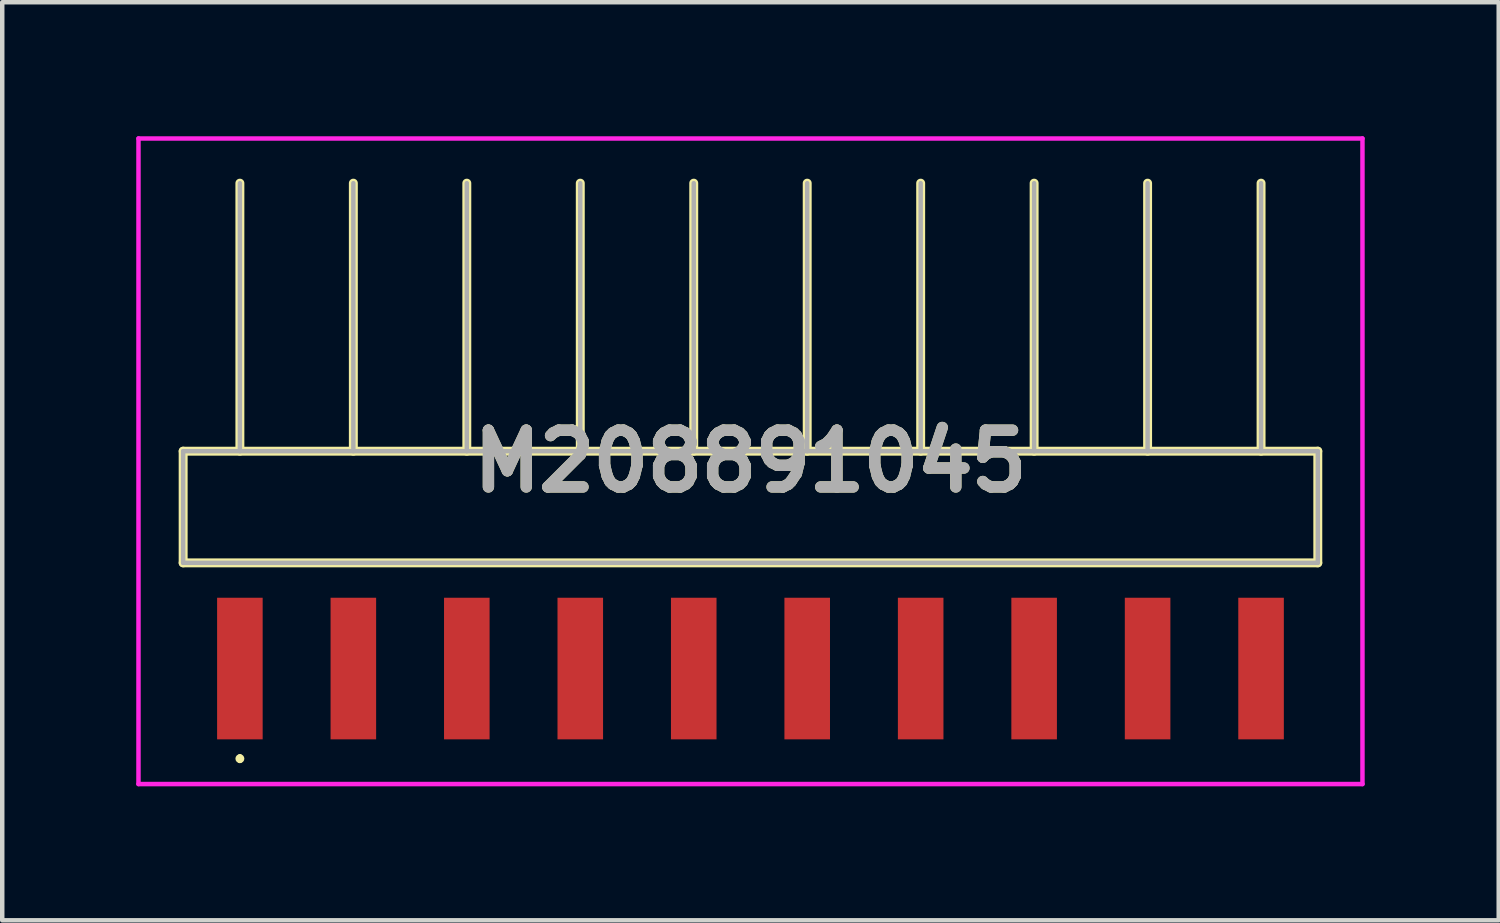
<source format=kicad_pcb>
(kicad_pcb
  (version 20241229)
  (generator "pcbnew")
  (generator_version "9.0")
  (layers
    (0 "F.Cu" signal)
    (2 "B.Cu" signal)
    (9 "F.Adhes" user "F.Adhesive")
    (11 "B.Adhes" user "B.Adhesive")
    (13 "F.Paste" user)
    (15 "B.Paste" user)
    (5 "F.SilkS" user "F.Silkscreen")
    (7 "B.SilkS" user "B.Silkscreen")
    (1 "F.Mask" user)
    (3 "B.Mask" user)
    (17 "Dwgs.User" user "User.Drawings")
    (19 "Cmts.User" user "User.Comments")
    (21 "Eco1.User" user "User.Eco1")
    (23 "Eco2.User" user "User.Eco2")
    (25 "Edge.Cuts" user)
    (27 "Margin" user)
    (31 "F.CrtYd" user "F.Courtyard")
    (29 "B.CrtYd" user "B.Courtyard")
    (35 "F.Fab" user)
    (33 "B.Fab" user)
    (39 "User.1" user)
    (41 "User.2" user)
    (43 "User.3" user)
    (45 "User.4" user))
  (footprint "M208891045"
    (layer "F.Cu")
    (at 13.75 7.276)
    (property "Reference" "M208891045" (at 0 0 0) (layer "F.SilkS") (effects (font (size 1.27 1.27) (thickness 0.254))))
    (attr smd)
    (fp_line (start -12.7 -0.226) (end -12.7 2.274) (stroke (width 0.2) (type solid)) (layer "F.SilkS"))
    (fp_line (start -12.7 2.274) (end 12.7 2.274) (stroke (width 0.2) (type solid)) (layer "F.SilkS"))
    (fp_line (start -11.43 -0.226) (end -11.43 -6.226) (stroke (width 0.2) (type solid)) (layer "F.SilkS"))
    (fp_line (start -11.43 6.607) (end -11.43 6.607) (stroke (width 0.1) (type solid)) (layer "F.SilkS"))
    (fp_line (start -11.43 6.707) (end -11.43 6.707) (stroke (width 0.1) (type solid)) (layer "F.SilkS"))
    (fp_line (start -8.89 -0.226) (end -8.89 -6.226) (stroke (width 0.2) (type solid)) (layer "F.SilkS"))
    (fp_line (start -6.35 -0.226) (end -6.35 -6.226) (stroke (width 0.2) (type solid)) (layer "F.SilkS"))
    (fp_line (start -3.81 -0.226) (end -3.81 -6.226) (stroke (width 0.2) (type solid)) (layer "F.SilkS"))
    (fp_line (start -1.27 -0.226) (end -1.27 -6.226) (stroke (width 0.2) (type solid)) (layer "F.SilkS"))
    (fp_line (start 1.27 -0.226) (end 1.27 -6.226) (stroke (width 0.2) (type solid)) (layer "F.SilkS"))
    (fp_line (start 3.81 -0.226) (end 3.81 -6.226) (stroke (width 0.2) (type solid)) (layer "F.SilkS"))
    (fp_line (start 6.35 -0.226) (end 6.35 -6.226) (stroke (width 0.2) (type solid)) (layer "F.SilkS"))
    (fp_line (start 8.89 -0.226) (end 8.89 -6.226) (stroke (width 0.2) (type solid)) (layer "F.SilkS"))
    (fp_line (start 11.43 -0.226) (end 11.43 -6.226) (stroke (width 0.2) (type solid)) (layer "F.SilkS"))
    (fp_line (start 12.7 -0.226) (end -12.7 -0.226) (stroke (width 0.2) (type solid)) (layer "F.SilkS"))
    (fp_line (start 12.7 2.274) (end 12.7 -0.226) (stroke (width 0.2) (type solid)) (layer "F.SilkS"))
    (fp_arc (start -11.43 6.607) (mid -11.38 6.657) (end -11.43 6.707) (stroke (width 0.1) (type solid)) (layer "F.SilkS"))
    (fp_arc (start -11.43 6.707) (mid -11.48 6.657) (end -11.43 6.607) (stroke (width 0.1) (type solid)) (layer "F.SilkS"))
    (fp_line (start -13.7 -7.226) (end 13.7 -7.226) (stroke (width 0.1) (type solid)) (layer "F.CrtYd"))
    (fp_line (start -13.7 7.226) (end -13.7 -7.226) (stroke (width 0.1) (type solid)) (layer "F.CrtYd"))
    (fp_line (start 13.7 -7.226) (end 13.7 7.226) (stroke (width 0.1) (type solid)) (layer "F.CrtYd"))
    (fp_line (start 13.7 7.226) (end -13.7 7.226) (stroke (width 0.1) (type solid)) (layer "F.CrtYd"))
    (fp_line (start -12.7 -0.226) (end -12.7 2.274) (stroke (width 0.1) (type solid)) (layer "F.Fab"))
    (fp_line (start -12.7 2.274) (end 12.7 2.274) (stroke (width 0.1) (type solid)) (layer "F.Fab"))
    (fp_line (start -11.43 -0.226) (end -11.43 -6.226) (stroke (width 0.1) (type solid)) (layer "F.Fab"))
    (fp_line (start -8.89 -0.226) (end -8.89 -6.226) (stroke (width 0.1) (type solid)) (layer "F.Fab"))
    (fp_line (start -6.35 -0.226) (end -6.35 -6.226) (stroke (width 0.1) (type solid)) (layer "F.Fab"))
    (fp_line (start -3.81 -0.226) (end -3.81 -6.226) (stroke (width 0.1) (type solid)) (layer "F.Fab"))
    (fp_line (start -1.27 -0.226) (end -1.27 -6.226) (stroke (width 0.1) (type solid)) (layer "F.Fab"))
    (fp_line (start 1.27 -0.226) (end 1.27 -6.226) (stroke (width 0.1) (type solid)) (layer "F.Fab"))
    (fp_line (start 3.81 -0.226) (end 3.81 -6.226) (stroke (width 0.1) (type solid)) (layer "F.Fab"))
    (fp_line (start 6.35 -0.226) (end 6.35 -6.226) (stroke (width 0.1) (type solid)) (layer "F.Fab"))
    (fp_line (start 8.89 -0.226) (end 8.89 -6.226) (stroke (width 0.1) (type solid)) (layer "F.Fab"))
    (fp_line (start 11.43 -0.226) (end 11.43 -6.226) (stroke (width 0.1) (type solid)) (layer "F.Fab"))
    (fp_line (start 12.7 -0.226) (end -12.7 -0.226) (stroke (width 0.1) (type solid)) (layer "F.Fab"))
    (fp_line (start 12.7 2.274) (end 12.7 -0.226) (stroke (width 0.1) (type solid)) (layer "F.Fab"))
    (fp_text user "${REFERENCE}" (at 0 0 0) (layer "F.Fab") (effects (font (size 1.27 1.27) (thickness 0.254))))
    (pad "1" smd rect (at -11.43 4.64) (size 1.02 3.17) (layers "F.Cu" "F.Mask" "F.Paste"))
    (pad "2" smd rect (at -8.89 4.64) (size 1.02 3.17) (layers "F.Cu" "F.Mask" "F.Paste"))
    (pad "3" smd rect (at -6.35 4.64) (size 1.02 3.17) (layers "F.Cu" "F.Mask" "F.Paste"))
    (pad "4" smd rect (at -3.81 4.64) (size 1.02 3.17) (layers "F.Cu" "F.Mask" "F.Paste"))
    (pad "5" smd rect (at -1.27 4.64) (size 1.02 3.17) (layers "F.Cu" "F.Mask" "F.Paste"))
    (pad "6" smd rect (at 1.27 4.64) (size 1.02 3.17) (layers "F.Cu" "F.Mask" "F.Paste"))
    (pad "7" smd rect (at 3.81 4.64) (size 1.02 3.17) (layers "F.Cu" "F.Mask" "F.Paste"))
    (pad "8" smd rect (at 6.35 4.64) (size 1.02 3.17) (layers "F.Cu" "F.Mask" "F.Paste"))
    (pad "9" smd rect (at 8.89 4.64) (size 1.02 3.17) (layers "F.Cu" "F.Mask" "F.Paste"))
    (pad "10" smd rect (at 11.43 4.64) (size 1.02 3.17) (layers "F.Cu" "F.Mask" "F.Paste")))
  (gr_rect
    (start -3 -3)
    (end 30.5 17.552)
    (stroke (width 0.1) (type default))
    (fill no)
    (layer "Edge.Cuts")))
</source>
